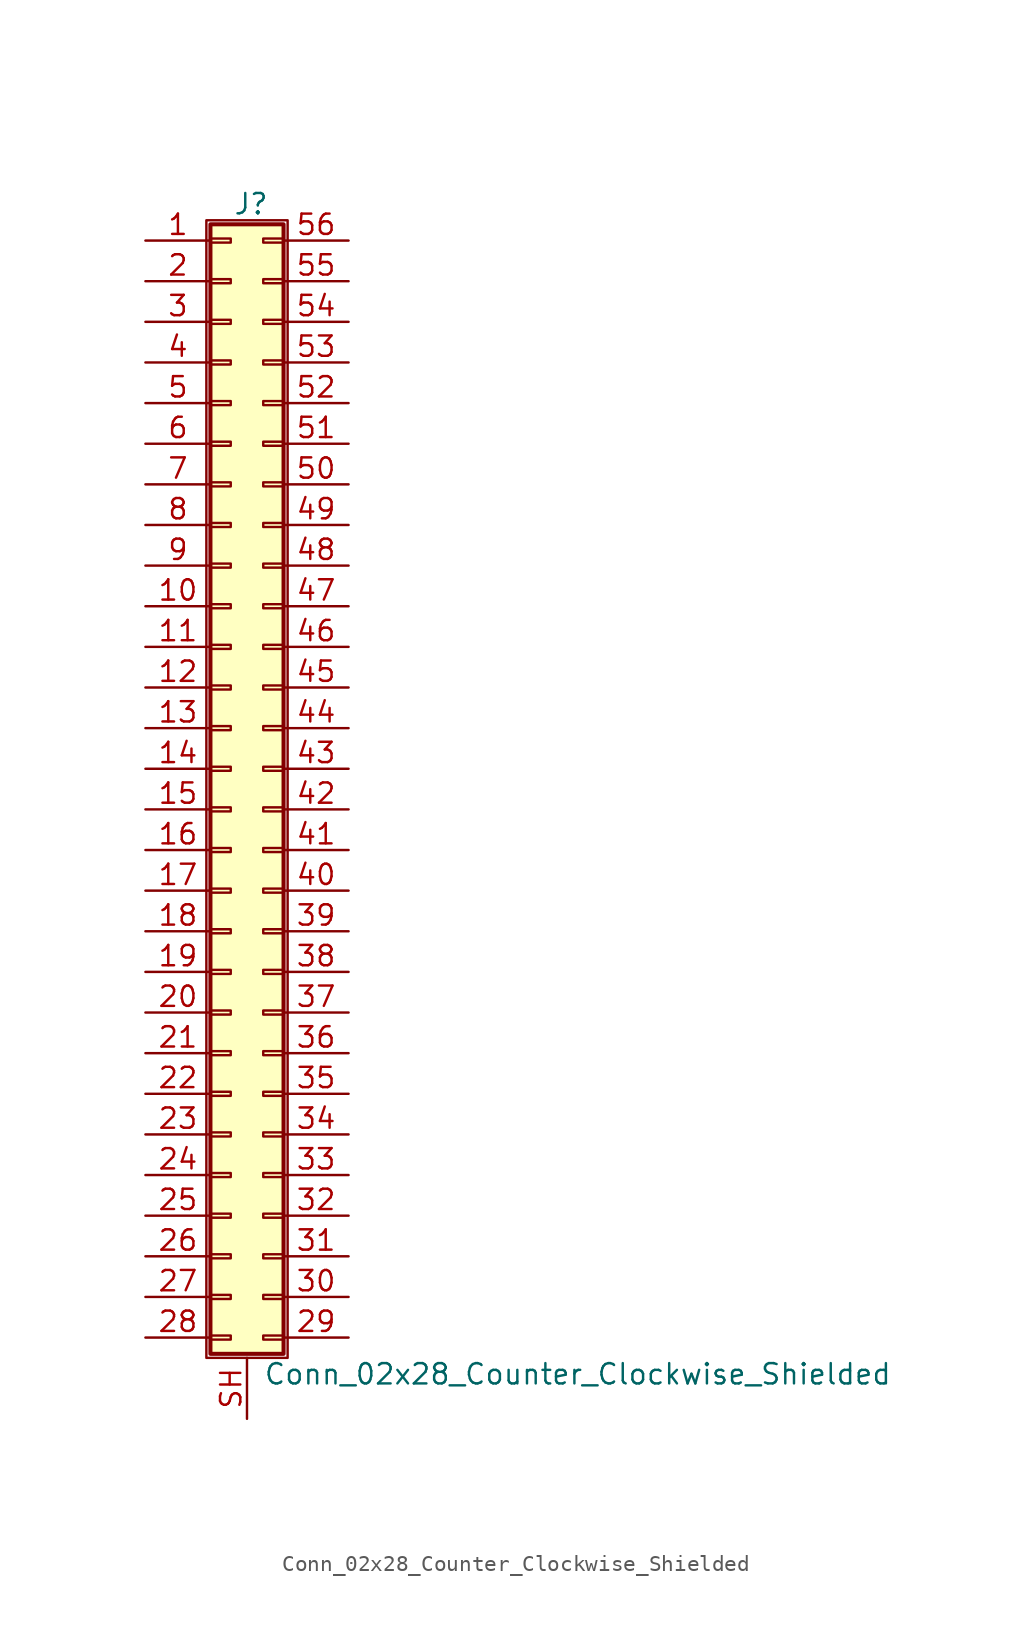
<source format=kicad_sym>
(kicad_symbol_lib
  (version 20201005)
  (generator kicad_symbol_editor)
  (symbol "Conn_02x28_Counter_Clockwise_Shielded"
    (pin_names
      (offset 1.016) hide)
    (property "Reference" "J"
      (at 1.524 35.306 0)
      (effects (font (size 1.27 1.27))))
    (property "Value" "Conn_02x28_Counter_Clockwise_Shielded"
      (at 2.286 -37.846 0)
      (effects (font (size 1.27 1.27)) (justify left)))
    (symbol "Conn_02x28_Counter_Clockwise_Shielded_1_1"
      (rectangle (start -1.27 34.29) (end 3.81 -36.83) (stroke (width 0.152)) (fill (type none)))
      (rectangle (start -1.016 -35.433) (end 0.254 -35.687) (stroke (width 0.152)) (fill (type none)))
      (rectangle (start -1.016 -32.893) (end 0.254 -33.147) (stroke (width 0.152)) (fill (type none)))
      (rectangle (start -1.016 -30.353) (end 0.254 -30.607) (stroke (width 0.152)) (fill (type none)))
      (rectangle (start -1.016 -27.813) (end 0.254 -28.067) (stroke (width 0.152)) (fill (type none)))
      (rectangle (start -1.016 -25.273) (end 0.254 -25.527) (stroke (width 0.152)) (fill (type none)))
      (rectangle (start -1.016 -22.733) (end 0.254 -22.987) (stroke (width 0.152)) (fill (type none)))
      (rectangle (start -1.016 -20.193) (end 0.254 -20.447) (stroke (width 0.152)) (fill (type none)))
      (rectangle (start -1.016 -17.653) (end 0.254 -17.907) (stroke (width 0.152)) (fill (type none)))
      (rectangle (start -1.016 -15.113) (end 0.254 -15.367) (stroke (width 0.152)) (fill (type none)))
      (rectangle (start -1.016 -12.573) (end 0.254 -12.827) (stroke (width 0.152)) (fill (type none)))
      (rectangle (start -1.016 -10.033) (end 0.254 -10.287) (stroke (width 0.152)) (fill (type none)))
      (rectangle (start -1.016 -7.493) (end 0.254 -7.747) (stroke (width 0.152)) (fill (type none)))
      (rectangle (start -1.016 -4.953) (end 0.254 -5.207) (stroke (width 0.152)) (fill (type none)))
      (rectangle (start -1.016 -2.413) (end 0.254 -2.667) (stroke (width 0.152)) (fill (type none)))
      (rectangle (start -1.016 0.127) (end 0.254 -0.127) (stroke (width 0.152)) (fill (type none)))
      (rectangle (start -1.016 2.667) (end 0.254 2.413) (stroke (width 0.152)) (fill (type none)))
      (rectangle (start -1.016 5.207) (end 0.254 4.953) (stroke (width 0.152)) (fill (type none)))
      (rectangle (start -1.016 7.747) (end 0.254 7.493) (stroke (width 0.152)) (fill (type none)))
      (rectangle (start -1.016 10.287) (end 0.254 10.033) (stroke (width 0.152)) (fill (type none)))
      (rectangle (start -1.016 12.827) (end 0.254 12.573) (stroke (width 0.152)) (fill (type none)))
      (rectangle (start -1.016 15.367) (end 0.254 15.113) (stroke (width 0.152)) (fill (type none)))
      (rectangle (start -1.016 17.907) (end 0.254 17.653) (stroke (width 0.152)) (fill (type none)))
      (rectangle (start -1.016 20.447) (end 0.254 20.193) (stroke (width 0.152)) (fill (type none)))
      (rectangle (start -1.016 22.987) (end 0.254 22.733) (stroke (width 0.152)) (fill (type none)))
      (rectangle (start -1.016 25.527) (end 0.254 25.273) (stroke (width 0.152)) (fill (type none)))
      (rectangle (start -1.016 28.067) (end 0.254 27.813) (stroke (width 0.152)) (fill (type none)))
      (rectangle (start -1.016 30.607) (end 0.254 30.353) (stroke (width 0.152)) (fill (type none)))
      (rectangle (start -1.016 33.147) (end 0.254 32.893) (stroke (width 0.152)) (fill (type none)))
      (rectangle (start -1.016 34.036) (end 3.556 -36.576) (stroke (width 0.254)) (fill (type background)))
      (rectangle (start 3.556 -35.433) (end 2.286 -35.687) (stroke (width 0.152)) (fill (type none)))
      (rectangle (start 3.556 -32.893) (end 2.286 -33.147) (stroke (width 0.152)) (fill (type none)))
      (rectangle (start 3.556 -30.353) (end 2.286 -30.607) (stroke (width 0.152)) (fill (type none)))
      (rectangle (start 3.556 -27.813) (end 2.286 -28.067) (stroke (width 0.152)) (fill (type none)))
      (rectangle (start 3.556 -25.273) (end 2.286 -25.527) (stroke (width 0.152)) (fill (type none)))
      (rectangle (start 3.556 -22.733) (end 2.286 -22.987) (stroke (width 0.152)) (fill (type none)))
      (rectangle (start 3.556 -20.193) (end 2.286 -20.447) (stroke (width 0.152)) (fill (type none)))
      (rectangle (start 3.556 -17.653) (end 2.286 -17.907) (stroke (width 0.152)) (fill (type none)))
      (rectangle (start 3.556 -15.113) (end 2.286 -15.367) (stroke (width 0.152)) (fill (type none)))
      (rectangle (start 3.556 -12.573) (end 2.286 -12.827) (stroke (width 0.152)) (fill (type none)))
      (rectangle (start 3.556 -10.033) (end 2.286 -10.287) (stroke (width 0.152)) (fill (type none)))
      (rectangle (start 3.556 -7.493) (end 2.286 -7.747) (stroke (width 0.152)) (fill (type none)))
      (rectangle (start 3.556 -4.953) (end 2.286 -5.207) (stroke (width 0.152)) (fill (type none)))
      (rectangle (start 3.556 -2.413) (end 2.286 -2.667) (stroke (width 0.152)) (fill (type none)))
      (rectangle (start 3.556 0.127) (end 2.286 -0.127) (stroke (width 0.152)) (fill (type none)))
      (rectangle (start 3.556 2.667) (end 2.286 2.413) (stroke (width 0.152)) (fill (type none)))
      (rectangle (start 3.556 5.207) (end 2.286 4.953) (stroke (width 0.152)) (fill (type none)))
      (rectangle (start 3.556 7.747) (end 2.286 7.493) (stroke (width 0.152)) (fill (type none)))
      (rectangle (start 3.556 10.287) (end 2.286 10.033) (stroke (width 0.152)) (fill (type none)))
      (rectangle (start 3.556 12.827) (end 2.286 12.573) (stroke (width 0.152)) (fill (type none)))
      (rectangle (start 3.556 15.367) (end 2.286 15.113) (stroke (width 0.152)) (fill (type none)))
      (rectangle (start 3.556 17.907) (end 2.286 17.653) (stroke (width 0.152)) (fill (type none)))
      (rectangle (start 3.556 20.447) (end 2.286 20.193) (stroke (width 0.152)) (fill (type none)))
      (rectangle (start 3.556 22.987) (end 2.286 22.733) (stroke (width 0.152)) (fill (type none)))
      (rectangle (start 3.556 25.527) (end 2.286 25.273) (stroke (width 0.152)) (fill (type none)))
      (rectangle (start 3.556 28.067) (end 2.286 27.813) (stroke (width 0.152)) (fill (type none)))
      (rectangle (start 3.556 30.607) (end 2.286 30.353) (stroke (width 0.152)) (fill (type none)))
      (rectangle (start 3.556 33.147) (end 2.286 32.893) (stroke (width 0.152)) (fill (type none)))
      (pin passive line (at -5.08 33.02 0) (length 4.064) (name "Pin_1" (effects (font (size 1.27 1.27)))) (number "1" (effects (font (size 1.27 1.27)))))
      (pin passive line (at -5.08 10.16 0) (length 4.064) (name "Pin_10" (effects (font (size 1.27 1.27)))) (number "10" (effects (font (size 1.27 1.27)))))
      (pin passive line (at -5.08 7.62 0) (length 4.064) (name "Pin_11" (effects (font (size 1.27 1.27)))) (number "11" (effects (font (size 1.27 1.27)))))
      (pin passive line (at -5.08 5.08 0) (length 4.064) (name "Pin_12" (effects (font (size 1.27 1.27)))) (number "12" (effects (font (size 1.27 1.27)))))
      (pin passive line (at -5.08 2.54 0) (length 4.064) (name "Pin_13" (effects (font (size 1.27 1.27)))) (number "13" (effects (font (size 1.27 1.27)))))
      (pin passive line (at -5.08 0 0) (length 4.064) (name "Pin_14" (effects (font (size 1.27 1.27)))) (number "14" (effects (font (size 1.27 1.27)))))
      (pin passive line (at -5.08 -2.54 0) (length 4.064) (name "Pin_15" (effects (font (size 1.27 1.27)))) (number "15" (effects (font (size 1.27 1.27)))))
      (pin passive line (at -5.08 -5.08 0) (length 4.064) (name "Pin_16" (effects (font (size 1.27 1.27)))) (number "16" (effects (font (size 1.27 1.27)))))
      (pin passive line (at -5.08 -7.62 0) (length 4.064) (name "Pin_17" (effects (font (size 1.27 1.27)))) (number "17" (effects (font (size 1.27 1.27)))))
      (pin passive line (at -5.08 -10.16 0) (length 4.064) (name "Pin_18" (effects (font (size 1.27 1.27)))) (number "18" (effects (font (size 1.27 1.27)))))
      (pin passive line (at -5.08 -12.7 0) (length 4.064) (name "Pin_19" (effects (font (size 1.27 1.27)))) (number "19" (effects (font (size 1.27 1.27)))))
      (pin passive line (at -5.08 30.48 0) (length 4.064) (name "Pin_2" (effects (font (size 1.27 1.27)))) (number "2" (effects (font (size 1.27 1.27)))))
      (pin passive line (at -5.08 -15.24 0) (length 4.064) (name "Pin_20" (effects (font (size 1.27 1.27)))) (number "20" (effects (font (size 1.27 1.27)))))
      (pin passive line (at -5.08 -17.78 0) (length 4.064) (name "Pin_21" (effects (font (size 1.27 1.27)))) (number "21" (effects (font (size 1.27 1.27)))))
      (pin passive line (at -5.08 -20.32 0) (length 4.064) (name "Pin_22" (effects (font (size 1.27 1.27)))) (number "22" (effects (font (size 1.27 1.27)))))
      (pin passive line (at -5.08 -22.86 0) (length 4.064) (name "Pin_23" (effects (font (size 1.27 1.27)))) (number "23" (effects (font (size 1.27 1.27)))))
      (pin passive line (at -5.08 -25.4 0) (length 4.064) (name "Pin_24" (effects (font (size 1.27 1.27)))) (number "24" (effects (font (size 1.27 1.27)))))
      (pin passive line (at -5.08 -27.94 0) (length 4.064) (name "Pin_25" (effects (font (size 1.27 1.27)))) (number "25" (effects (font (size 1.27 1.27)))))
      (pin passive line (at -5.08 -30.48 0) (length 4.064) (name "Pin_26" (effects (font (size 1.27 1.27)))) (number "26" (effects (font (size 1.27 1.27)))))
      (pin passive line (at -5.08 -33.02 0) (length 4.064) (name "Pin_27" (effects (font (size 1.27 1.27)))) (number "27" (effects (font (size 1.27 1.27)))))
      (pin passive line (at -5.08 -35.56 0) (length 4.064) (name "Pin_28" (effects (font (size 1.27 1.27)))) (number "28" (effects (font (size 1.27 1.27)))))
      (pin passive line (at 7.62 -35.56 180) (length 4.064) (name "Pin_29" (effects (font (size 1.27 1.27)))) (number "29" (effects (font (size 1.27 1.27)))))
      (pin passive line (at -5.08 27.94 0) (length 4.064) (name "Pin_3" (effects (font (size 1.27 1.27)))) (number "3" (effects (font (size 1.27 1.27)))))
      (pin passive line (at 7.62 -33.02 180) (length 4.064) (name "Pin_30" (effects (font (size 1.27 1.27)))) (number "30" (effects (font (size 1.27 1.27)))))
      (pin passive line (at 7.62 -30.48 180) (length 4.064) (name "Pin_31" (effects (font (size 1.27 1.27)))) (number "31" (effects (font (size 1.27 1.27)))))
      (pin passive line (at 7.62 -27.94 180) (length 4.064) (name "Pin_32" (effects (font (size 1.27 1.27)))) (number "32" (effects (font (size 1.27 1.27)))))
      (pin passive line (at 7.62 -25.4 180) (length 4.064) (name "Pin_33" (effects (font (size 1.27 1.27)))) (number "33" (effects (font (size 1.27 1.27)))))
      (pin passive line (at 7.62 -22.86 180) (length 4.064) (name "Pin_34" (effects (font (size 1.27 1.27)))) (number "34" (effects (font (size 1.27 1.27)))))
      (pin passive line (at 7.62 -20.32 180) (length 4.064) (name "Pin_35" (effects (font (size 1.27 1.27)))) (number "35" (effects (font (size 1.27 1.27)))))
      (pin passive line (at 7.62 -17.78 180) (length 4.064) (name "Pin_36" (effects (font (size 1.27 1.27)))) (number "36" (effects (font (size 1.27 1.27)))))
      (pin passive line (at 7.62 -15.24 180) (length 4.064) (name "Pin_37" (effects (font (size 1.27 1.27)))) (number "37" (effects (font (size 1.27 1.27)))))
      (pin passive line (at 7.62 -12.7 180) (length 4.064) (name "Pin_38" (effects (font (size 1.27 1.27)))) (number "38" (effects (font (size 1.27 1.27)))))
      (pin passive line (at 7.62 -10.16 180) (length 4.064) (name "Pin_39" (effects (font (size 1.27 1.27)))) (number "39" (effects (font (size 1.27 1.27)))))
      (pin passive line (at -5.08 25.4 0) (length 4.064) (name "Pin_4" (effects (font (size 1.27 1.27)))) (number "4" (effects (font (size 1.27 1.27)))))
      (pin passive line (at 7.62 -7.62 180) (length 4.064) (name "Pin_40" (effects (font (size 1.27 1.27)))) (number "40" (effects (font (size 1.27 1.27)))))
      (pin passive line (at 7.62 -5.08 180) (length 4.064) (name "Pin_41" (effects (font (size 1.27 1.27)))) (number "41" (effects (font (size 1.27 1.27)))))
      (pin passive line (at 7.62 -2.54 180) (length 4.064) (name "Pin_42" (effects (font (size 1.27 1.27)))) (number "42" (effects (font (size 1.27 1.27)))))
      (pin passive line (at 7.62 0 180) (length 4.064) (name "Pin_43" (effects (font (size 1.27 1.27)))) (number "43" (effects (font (size 1.27 1.27)))))
      (pin passive line (at 7.62 2.54 180) (length 4.064) (name "Pin_44" (effects (font (size 1.27 1.27)))) (number "44" (effects (font (size 1.27 1.27)))))
      (pin passive line (at 7.62 5.08 180) (length 4.064) (name "Pin_45" (effects (font (size 1.27 1.27)))) (number "45" (effects (font (size 1.27 1.27)))))
      (pin passive line (at 7.62 7.62 180) (length 4.064) (name "Pin_46" (effects (font (size 1.27 1.27)))) (number "46" (effects (font (size 1.27 1.27)))))
      (pin passive line (at 7.62 10.16 180) (length 4.064) (name "Pin_47" (effects (font (size 1.27 1.27)))) (number "47" (effects (font (size 1.27 1.27)))))
      (pin passive line (at 7.62 12.7 180) (length 4.064) (name "Pin_48" (effects (font (size 1.27 1.27)))) (number "48" (effects (font (size 1.27 1.27)))))
      (pin passive line (at 7.62 15.24 180) (length 4.064) (name "Pin_49" (effects (font (size 1.27 1.27)))) (number "49" (effects (font (size 1.27 1.27)))))
      (pin passive line (at -5.08 22.86 0) (length 4.064) (name "Pin_5" (effects (font (size 1.27 1.27)))) (number "5" (effects (font (size 1.27 1.27)))))
      (pin passive line (at 7.62 17.78 180) (length 4.064) (name "Pin_50" (effects (font (size 1.27 1.27)))) (number "50" (effects (font (size 1.27 1.27)))))
      (pin passive line (at 7.62 20.32 180) (length 4.064) (name "Pin_51" (effects (font (size 1.27 1.27)))) (number "51" (effects (font (size 1.27 1.27)))))
      (pin passive line (at 7.62 22.86 180) (length 4.064) (name "Pin_52" (effects (font (size 1.27 1.27)))) (number "52" (effects (font (size 1.27 1.27)))))
      (pin passive line (at 7.62 25.4 180) (length 4.064) (name "Pin_53" (effects (font (size 1.27 1.27)))) (number "53" (effects (font (size 1.27 1.27)))))
      (pin passive line (at 7.62 27.94 180) (length 4.064) (name "Pin_54" (effects (font (size 1.27 1.27)))) (number "54" (effects (font (size 1.27 1.27)))))
      (pin passive line (at 7.62 30.48 180) (length 4.064) (name "Pin_55" (effects (font (size 1.27 1.27)))) (number "55" (effects (font (size 1.27 1.27)))))
      (pin passive line (at 7.62 33.02 180) (length 4.064) (name "Pin_56" (effects (font (size 1.27 1.27)))) (number "56" (effects (font (size 1.27 1.27)))))
      (pin passive line (at -5.08 20.32 0) (length 4.064) (name "Pin_6" (effects (font (size 1.27 1.27)))) (number "6" (effects (font (size 1.27 1.27)))))
      (pin passive line (at -5.08 17.78 0) (length 4.064) (name "Pin_7" (effects (font (size 1.27 1.27)))) (number "7" (effects (font (size 1.27 1.27)))))
      (pin passive line (at -5.08 15.24 0) (length 4.064) (name "Pin_8" (effects (font (size 1.27 1.27)))) (number "8" (effects (font (size 1.27 1.27)))))
      (pin passive line (at -5.08 12.7 0) (length 4.064) (name "Pin_9" (effects (font (size 1.27 1.27)))) (number "9" (effects (font (size 1.27 1.27)))))
      (pin passive line (at 1.27 -40.64 90) (length 3.81) (name "Shield" (effects (font (size 1.27 1.27)))) (number "SH" (effects (font (size 1.27 1.27))))))))
</source>
